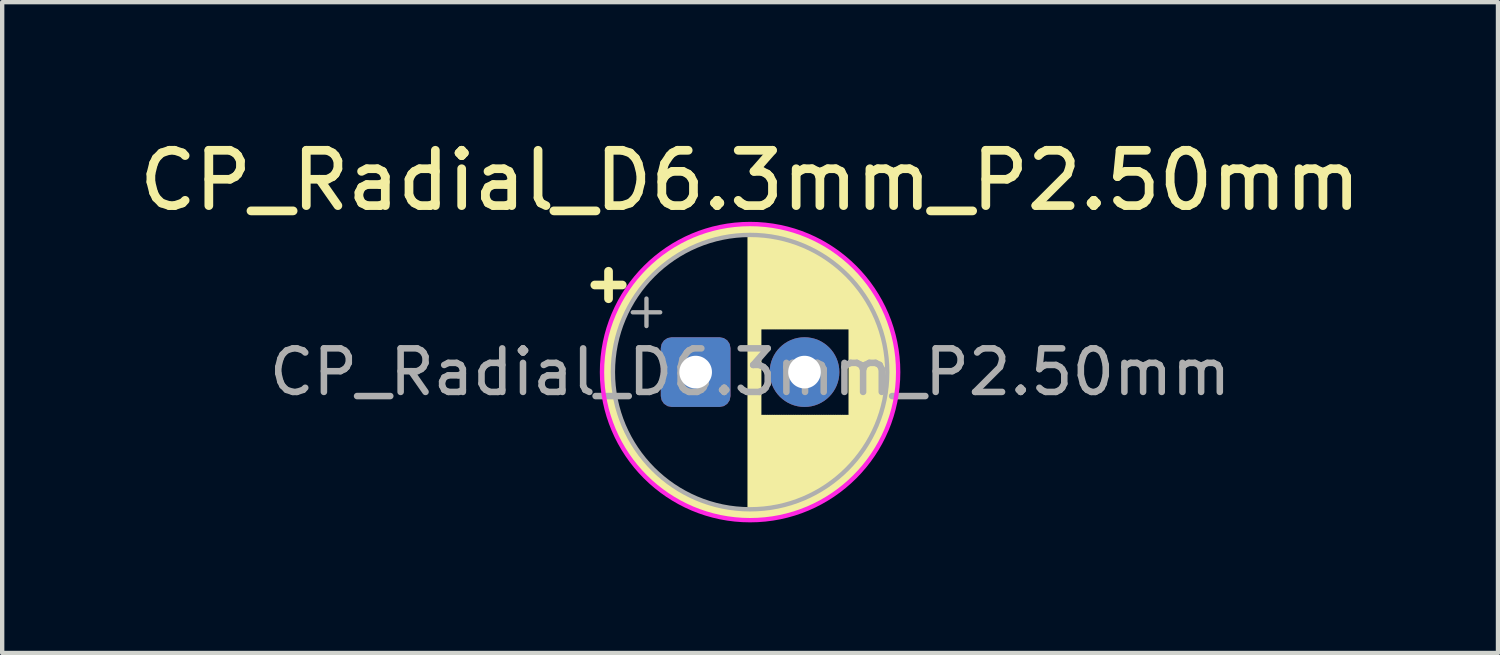
<source format=kicad_pcb>
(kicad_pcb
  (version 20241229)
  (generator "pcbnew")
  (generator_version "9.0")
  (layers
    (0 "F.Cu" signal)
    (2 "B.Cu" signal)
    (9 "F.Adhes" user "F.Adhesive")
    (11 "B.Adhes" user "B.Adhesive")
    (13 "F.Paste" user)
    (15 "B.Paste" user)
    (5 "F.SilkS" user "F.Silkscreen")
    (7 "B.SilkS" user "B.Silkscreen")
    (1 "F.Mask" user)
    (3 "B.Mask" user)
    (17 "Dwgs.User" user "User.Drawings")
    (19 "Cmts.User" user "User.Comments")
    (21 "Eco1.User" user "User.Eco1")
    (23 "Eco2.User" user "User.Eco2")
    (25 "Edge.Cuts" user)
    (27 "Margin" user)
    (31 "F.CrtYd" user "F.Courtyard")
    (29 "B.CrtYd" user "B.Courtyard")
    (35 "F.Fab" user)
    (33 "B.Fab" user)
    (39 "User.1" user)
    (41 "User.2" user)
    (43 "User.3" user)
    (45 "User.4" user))
  (footprint "CP_Radial_D6.3mm_P2.50mm"
    (layer "F.Cu")
    (at 14.173 5.494)
    (property "Reference" "CP_Radial_D6.3mm_P2.50mm" (at 0 -4.4 0) (layer "F.SilkS") (effects (font (size 1.27 1.27) (thickness 0.2))))
    (attr through_hole)
    (fp_line (start -3.565 -2) (end -2.935 -2) (stroke (width 0.2) (type solid)) (layer "F.SilkS"))
    (fp_line (start -3.25 -2.315) (end -3.25 -1.685) (stroke (width 0.2) (type solid)) (layer "F.SilkS"))
    (fp_line (start 0 -3.23) (end 0 3.23) (stroke (width 0.12) (type solid)) (layer "F.SilkS"))
    (fp_line (start 0.04 -3.23) (end 0.04 3.23) (stroke (width 0.12) (type solid)) (layer "F.SilkS"))
    (fp_line (start 0.08 -3.229) (end 0.08 3.229) (stroke (width 0.12) (type solid)) (layer "F.SilkS"))
    (fp_line (start 0.12 -3.228) (end 0.12 3.228) (stroke (width 0.12) (type solid)) (layer "F.SilkS"))
    (fp_line (start 0.16 -3.226) (end 0.16 3.226) (stroke (width 0.12) (type solid)) (layer "F.SilkS"))
    (fp_line (start 0.2 -3.224) (end 0.2 3.224) (stroke (width 0.12) (type solid)) (layer "F.SilkS"))
    (fp_line (start 0.24 -3.221) (end 0.24 -1.04) (stroke (width 0.12) (type solid)) (layer "F.SilkS"))
    (fp_line (start 0.24 1.04) (end 0.24 3.221) (stroke (width 0.12) (type solid)) (layer "F.SilkS"))
    (fp_line (start 0.28 -3.218) (end 0.28 -1.04) (stroke (width 0.12) (type solid)) (layer "F.SilkS"))
    (fp_line (start 0.28 1.04) (end 0.28 3.218) (stroke (width 0.12) (type solid)) (layer "F.SilkS"))
    (fp_line (start 0.32 -3.214) (end 0.32 -1.04) (stroke (width 0.12) (type solid)) (layer "F.SilkS"))
    (fp_line (start 0.32 1.04) (end 0.32 3.214) (stroke (width 0.12) (type solid)) (layer "F.SilkS"))
    (fp_line (start 0.36 -3.21) (end 0.36 -1.04) (stroke (width 0.12) (type solid)) (layer "F.SilkS"))
    (fp_line (start 0.36 1.04) (end 0.36 3.21) (stroke (width 0.12) (type solid)) (layer "F.SilkS"))
    (fp_line (start 0.4 -3.205) (end 0.4 -1.04) (stroke (width 0.12) (type solid)) (layer "F.SilkS"))
    (fp_line (start 0.4 1.04) (end 0.4 3.205) (stroke (width 0.12) (type solid)) (layer "F.SilkS"))
    (fp_line (start 0.44 -3.2) (end 0.44 -1.04) (stroke (width 0.12) (type solid)) (layer "F.SilkS"))
    (fp_line (start 0.44 1.04) (end 0.44 3.2) (stroke (width 0.12) (type solid)) (layer "F.SilkS"))
    (fp_line (start 0.48 -3.195) (end 0.48 -1.04) (stroke (width 0.12) (type solid)) (layer "F.SilkS"))
    (fp_line (start 0.48 1.04) (end 0.48 3.195) (stroke (width 0.12) (type solid)) (layer "F.SilkS"))
    (fp_line (start 0.52 -3.188) (end 0.52 -1.04) (stroke (width 0.12) (type solid)) (layer "F.SilkS"))
    (fp_line (start 0.52 1.04) (end 0.52 3.188) (stroke (width 0.12) (type solid)) (layer "F.SilkS"))
    (fp_line (start 0.56 -3.182) (end 0.56 -1.04) (stroke (width 0.12) (type solid)) (layer "F.SilkS"))
    (fp_line (start 0.56 1.04) (end 0.56 3.182) (stroke (width 0.12) (type solid)) (layer "F.SilkS"))
    (fp_line (start 0.6 -3.174) (end 0.6 -1.04) (stroke (width 0.12) (type solid)) (layer "F.SilkS"))
    (fp_line (start 0.6 1.04) (end 0.6 3.174) (stroke (width 0.12) (type solid)) (layer "F.SilkS"))
    (fp_line (start 0.64 -3.167) (end 0.64 -1.04) (stroke (width 0.12) (type solid)) (layer "F.SilkS"))
    (fp_line (start 0.64 1.04) (end 0.64 3.167) (stroke (width 0.12) (type solid)) (layer "F.SilkS"))
    (fp_line (start 0.68 -3.159) (end 0.68 -1.04) (stroke (width 0.12) (type solid)) (layer "F.SilkS"))
    (fp_line (start 0.68 1.04) (end 0.68 3.159) (stroke (width 0.12) (type solid)) (layer "F.SilkS"))
    (fp_line (start 0.72 -3.15) (end 0.72 -1.04) (stroke (width 0.12) (type solid)) (layer "F.SilkS"))
    (fp_line (start 0.72 1.04) (end 0.72 3.15) (stroke (width 0.12) (type solid)) (layer "F.SilkS"))
    (fp_line (start 0.76 -3.14) (end 0.76 -1.04) (stroke (width 0.12) (type solid)) (layer "F.SilkS"))
    (fp_line (start 0.76 1.04) (end 0.76 3.14) (stroke (width 0.12) (type solid)) (layer "F.SilkS"))
    (fp_line (start 0.8 -3.131) (end 0.8 -1.04) (stroke (width 0.12) (type solid)) (layer "F.SilkS"))
    (fp_line (start 0.8 1.04) (end 0.8 3.131) (stroke (width 0.12) (type solid)) (layer "F.SilkS"))
    (fp_line (start 0.84 -3.12) (end 0.84 -1.04) (stroke (width 0.12) (type solid)) (layer "F.SilkS"))
    (fp_line (start 0.84 1.04) (end 0.84 3.12) (stroke (width 0.12) (type solid)) (layer "F.SilkS"))
    (fp_line (start 0.88 -3.109) (end 0.88 -1.04) (stroke (width 0.12) (type solid)) (layer "F.SilkS"))
    (fp_line (start 0.88 1.04) (end 0.88 3.109) (stroke (width 0.12) (type solid)) (layer "F.SilkS"))
    (fp_line (start 0.92 -3.098) (end 0.92 -1.04) (stroke (width 0.12) (type solid)) (layer "F.SilkS"))
    (fp_line (start 0.92 1.04) (end 0.92 3.098) (stroke (width 0.12) (type solid)) (layer "F.SilkS"))
    (fp_line (start 0.96 -3.086) (end 0.96 -1.04) (stroke (width 0.12) (type solid)) (layer "F.SilkS"))
    (fp_line (start 0.96 1.04) (end 0.96 3.086) (stroke (width 0.12) (type solid)) (layer "F.SilkS"))
    (fp_line (start 1 -3.073) (end 1 -1.04) (stroke (width 0.12) (type solid)) (layer "F.SilkS"))
    (fp_line (start 1 1.04) (end 1 3.073) (stroke (width 0.12) (type solid)) (layer "F.SilkS"))
    (fp_line (start 1.04 -3.06) (end 1.04 -1.04) (stroke (width 0.12) (type solid)) (layer "F.SilkS"))
    (fp_line (start 1.04 1.04) (end 1.04 3.06) (stroke (width 0.12) (type solid)) (layer "F.SilkS"))
    (fp_line (start 1.08 -3.047) (end 1.08 -1.04) (stroke (width 0.12) (type solid)) (layer "F.SilkS"))
    (fp_line (start 1.08 1.04) (end 1.08 3.047) (stroke (width 0.12) (type solid)) (layer "F.SilkS"))
    (fp_line (start 1.12 -3.032) (end 1.12 -1.04) (stroke (width 0.12) (type solid)) (layer "F.SilkS"))
    (fp_line (start 1.12 1.04) (end 1.12 3.032) (stroke (width 0.12) (type solid)) (layer "F.SilkS"))
    (fp_line (start 1.16 -3.017) (end 1.16 -1.04) (stroke (width 0.12) (type solid)) (layer "F.SilkS"))
    (fp_line (start 1.16 1.04) (end 1.16 3.017) (stroke (width 0.12) (type solid)) (layer "F.SilkS"))
    (fp_line (start 1.2 -3.002) (end 1.2 -1.04) (stroke (width 0.12) (type solid)) (layer "F.SilkS"))
    (fp_line (start 1.2 1.04) (end 1.2 3.002) (stroke (width 0.12) (type solid)) (layer "F.SilkS"))
    (fp_line (start 1.24 -2.986) (end 1.24 -1.04) (stroke (width 0.12) (type solid)) (layer "F.SilkS"))
    (fp_line (start 1.24 1.04) (end 1.24 2.986) (stroke (width 0.12) (type solid)) (layer "F.SilkS"))
    (fp_line (start 1.28 -2.969) (end 1.28 -1.04) (stroke (width 0.12) (type solid)) (layer "F.SilkS"))
    (fp_line (start 1.28 1.04) (end 1.28 2.969) (stroke (width 0.12) (type solid)) (layer "F.SilkS"))
    (fp_line (start 1.32 -2.952) (end 1.32 -1.04) (stroke (width 0.12) (type solid)) (layer "F.SilkS"))
    (fp_line (start 1.32 1.04) (end 1.32 2.952) (stroke (width 0.12) (type solid)) (layer "F.SilkS"))
    (fp_line (start 1.36 -2.934) (end 1.36 -1.04) (stroke (width 0.12) (type solid)) (layer "F.SilkS"))
    (fp_line (start 1.36 1.04) (end 1.36 2.934) (stroke (width 0.12) (type solid)) (layer "F.SilkS"))
    (fp_line (start 1.4 -2.915) (end 1.4 -1.04) (stroke (width 0.12) (type solid)) (layer "F.SilkS"))
    (fp_line (start 1.4 1.04) (end 1.4 2.915) (stroke (width 0.12) (type solid)) (layer "F.SilkS"))
    (fp_line (start 1.44 -2.896) (end 1.44 -1.04) (stroke (width 0.12) (type solid)) (layer "F.SilkS"))
    (fp_line (start 1.44 1.04) (end 1.44 2.896) (stroke (width 0.12) (type solid)) (layer "F.SilkS"))
    (fp_line (start 1.48 -2.876) (end 1.48 -1.04) (stroke (width 0.12) (type solid)) (layer "F.SilkS"))
    (fp_line (start 1.48 1.04) (end 1.48 2.876) (stroke (width 0.12) (type solid)) (layer "F.SilkS"))
    (fp_line (start 1.52 -2.855) (end 1.52 -1.04) (stroke (width 0.12) (type solid)) (layer "F.SilkS"))
    (fp_line (start 1.52 1.04) (end 1.52 2.855) (stroke (width 0.12) (type solid)) (layer "F.SilkS"))
    (fp_line (start 1.56 -2.834) (end 1.56 -1.04) (stroke (width 0.12) (type solid)) (layer "F.SilkS"))
    (fp_line (start 1.56 1.04) (end 1.56 2.834) (stroke (width 0.12) (type solid)) (layer "F.SilkS"))
    (fp_line (start 1.6 -2.812) (end 1.6 -1.04) (stroke (width 0.12) (type solid)) (layer "F.SilkS"))
    (fp_line (start 1.6 1.04) (end 1.6 2.812) (stroke (width 0.12) (type solid)) (layer "F.SilkS"))
    (fp_line (start 1.64 -2.789) (end 1.64 -1.04) (stroke (width 0.12) (type solid)) (layer "F.SilkS"))
    (fp_line (start 1.64 1.04) (end 1.64 2.789) (stroke (width 0.12) (type solid)) (layer "F.SilkS"))
    (fp_line (start 1.68 -2.765) (end 1.68 -1.04) (stroke (width 0.12) (type solid)) (layer "F.SilkS"))
    (fp_line (start 1.68 1.04) (end 1.68 2.765) (stroke (width 0.12) (type solid)) (layer "F.SilkS"))
    (fp_line (start 1.72 -2.741) (end 1.72 -1.04) (stroke (width 0.12) (type solid)) (layer "F.SilkS"))
    (fp_line (start 1.72 1.04) (end 1.72 2.741) (stroke (width 0.12) (type solid)) (layer "F.SilkS"))
    (fp_line (start 1.76 -2.716) (end 1.76 -1.04) (stroke (width 0.12) (type solid)) (layer "F.SilkS"))
    (fp_line (start 1.76 1.04) (end 1.76 2.716) (stroke (width 0.12) (type solid)) (layer "F.SilkS"))
    (fp_line (start 1.8 -2.69) (end 1.8 -1.04) (stroke (width 0.12) (type solid)) (layer "F.SilkS"))
    (fp_line (start 1.8 1.04) (end 1.8 2.69) (stroke (width 0.12) (type solid)) (layer "F.SilkS"))
    (fp_line (start 1.84 -2.663) (end 1.84 -1.04) (stroke (width 0.12) (type solid)) (layer "F.SilkS"))
    (fp_line (start 1.84 1.04) (end 1.84 2.663) (stroke (width 0.12) (type solid)) (layer "F.SilkS"))
    (fp_line (start 1.88 -2.636) (end 1.88 -1.04) (stroke (width 0.12) (type solid)) (layer "F.SilkS"))
    (fp_line (start 1.88 1.04) (end 1.88 2.636) (stroke (width 0.12) (type solid)) (layer "F.SilkS"))
    (fp_line (start 1.92 -2.607) (end 1.92 -1.04) (stroke (width 0.12) (type solid)) (layer "F.SilkS"))
    (fp_line (start 1.92 1.04) (end 1.92 2.607) (stroke (width 0.12) (type solid)) (layer "F.SilkS"))
    (fp_line (start 1.96 -2.577) (end 1.96 -1.04) (stroke (width 0.12) (type solid)) (layer "F.SilkS"))
    (fp_line (start 1.96 1.04) (end 1.96 2.577) (stroke (width 0.12) (type solid)) (layer "F.SilkS"))
    (fp_line (start 2 -2.547) (end 2 -1.04) (stroke (width 0.12) (type solid)) (layer "F.SilkS"))
    (fp_line (start 2 1.04) (end 2 2.547) (stroke (width 0.12) (type solid)) (layer "F.SilkS"))
    (fp_line (start 2.04 -2.516) (end 2.04 -1.04) (stroke (width 0.12) (type solid)) (layer "F.SilkS"))
    (fp_line (start 2.04 1.04) (end 2.04 2.516) (stroke (width 0.12) (type solid)) (layer "F.SilkS"))
    (fp_line (start 2.08 -2.483) (end 2.08 -1.04) (stroke (width 0.12) (type solid)) (layer "F.SilkS"))
    (fp_line (start 2.08 1.04) (end 2.08 2.483) (stroke (width 0.12) (type solid)) (layer "F.SilkS"))
    (fp_line (start 2.12 -2.45) (end 2.12 -1.04) (stroke (width 0.12) (type solid)) (layer "F.SilkS"))
    (fp_line (start 2.12 1.04) (end 2.12 2.45) (stroke (width 0.12) (type solid)) (layer "F.SilkS"))
    (fp_line (start 2.16 -2.415) (end 2.16 -1.04) (stroke (width 0.12) (type solid)) (layer "F.SilkS"))
    (fp_line (start 2.16 1.04) (end 2.16 2.415) (stroke (width 0.12) (type solid)) (layer "F.SilkS"))
    (fp_line (start 2.2 -2.379) (end 2.2 -1.04) (stroke (width 0.12) (type solid)) (layer "F.SilkS"))
    (fp_line (start 2.2 1.04) (end 2.2 2.379) (stroke (width 0.12) (type solid)) (layer "F.SilkS"))
    (fp_line (start 2.24 -2.342) (end 2.24 -1.04) (stroke (width 0.12) (type solid)) (layer "F.SilkS"))
    (fp_line (start 2.24 1.04) (end 2.24 2.342) (stroke (width 0.12) (type solid)) (layer "F.SilkS"))
    (fp_line (start 2.28 -2.304) (end 2.28 -1.04) (stroke (width 0.12) (type solid)) (layer "F.SilkS"))
    (fp_line (start 2.28 1.04) (end 2.28 2.304) (stroke (width 0.12) (type solid)) (layer "F.SilkS"))
    (fp_line (start 2.32 -2.264) (end 2.32 2.264) (stroke (width 0.12) (type solid)) (layer "F.SilkS"))
    (fp_line (start 2.36 -2.223) (end 2.36 2.223) (stroke (width 0.12) (type solid)) (layer "F.SilkS"))
    (fp_line (start 2.4 -2.181) (end 2.4 2.181) (stroke (width 0.12) (type solid)) (layer "F.SilkS"))
    (fp_line (start 2.44 -2.137) (end 2.44 2.137) (stroke (width 0.12) (type solid)) (layer "F.SilkS"))
    (fp_line (start 2.48 -2.091) (end 2.48 2.091) (stroke (width 0.12) (type solid)) (layer "F.SilkS"))
    (fp_line (start 2.52 -2.044) (end 2.52 2.044) (stroke (width 0.12) (type solid)) (layer "F.SilkS"))
    (fp_line (start 2.56 -1.995) (end 2.56 1.995) (stroke (width 0.12) (type solid)) (layer "F.SilkS"))
    (fp_line (start 2.6 -1.943) (end 2.6 1.943) (stroke (width 0.12) (type solid)) (layer "F.SilkS"))
    (fp_line (start 2.64 -1.89) (end 2.64 1.89) (stroke (width 0.12) (type solid)) (layer "F.SilkS"))
    (fp_line (start 2.68 -1.834) (end 2.68 1.834) (stroke (width 0.12) (type solid)) (layer "F.SilkS"))
    (fp_line (start 2.72 -1.775) (end 2.72 1.775) (stroke (width 0.12) (type solid)) (layer "F.SilkS"))
    (fp_line (start 2.76 -1.714) (end 2.76 1.714) (stroke (width 0.12) (type solid)) (layer "F.SilkS"))
    (fp_line (start 2.8 -1.649) (end 2.8 1.649) (stroke (width 0.12) (type solid)) (layer "F.SilkS"))
    (fp_line (start 2.84 -1.581) (end 2.84 1.581) (stroke (width 0.12) (type solid)) (layer "F.SilkS"))
    (fp_line (start 2.88 -1.509) (end 2.88 1.509) (stroke (width 0.12) (type solid)) (layer "F.SilkS"))
    (fp_line (start 2.92 -1.432) (end 2.92 1.432) (stroke (width 0.12) (type solid)) (layer "F.SilkS"))
    (fp_line (start 2.96 -1.35) (end 2.96 1.35) (stroke (width 0.12) (type solid)) (layer "F.SilkS"))
    (fp_line (start 3 -1.261) (end 3 1.261) (stroke (width 0.12) (type solid)) (layer "F.SilkS"))
    (fp_line (start 3.04 -1.165) (end 3.04 1.165) (stroke (width 0.12) (type solid)) (layer "F.SilkS"))
    (fp_line (start 3.08 -1.058) (end 3.08 1.058) (stroke (width 0.12) (type solid)) (layer "F.SilkS"))
    (fp_line (start 3.12 -0.939) (end 3.12 0.939) (stroke (width 0.12) (type solid)) (layer "F.SilkS"))
    (fp_line (start 3.16 -0.801) (end 3.16 0.801) (stroke (width 0.12) (type solid)) (layer "F.SilkS"))
    (fp_line (start 3.2 -0.633) (end 3.2 0.633) (stroke (width 0.12) (type solid)) (layer "F.SilkS"))
    (fp_line (start 3.24 -0.402) (end 3.24 0.402) (stroke (width 0.12) (type solid)) (layer "F.SilkS"))
    (fp_circle (center 0 0) (end 3.27 0) (stroke (width 0.2) (type solid)) (fill no) (layer "F.SilkS"))
    (fp_circle (center 0 0) (end 3.4 0) (stroke (width 0.1) (type solid)) (fill no) (layer "F.CrtYd"))
    (fp_line (start -2.694 -1.373) (end -2.064 -1.373) (stroke (width 0.1) (type solid)) (layer "F.Fab"))
    (fp_line (start -2.379 -1.688) (end -2.379 -1.058) (stroke (width 0.1) (type solid)) (layer "F.Fab"))
    (fp_circle (center 0 0) (end 3.15 0) (stroke (width 0.1) (type solid)) (fill no) (layer "F.Fab"))
    (fp_text user "${REFERENCE}" (at 0 0 0) (layer "F.Fab") (effects (font (size 1 1) (thickness 0.15))))
    (pad "1" thru_hole roundrect (at -1.25 0) (size 1.6 1.6) (drill 0.75) (layers "*.Cu" "*.Mask") (roundrect_rratio 0.156))
    (pad "2" thru_hole circle (at 1.25 0) (size 1.6 1.6) (drill 0.75) (layers "*.Cu" "*.Mask")))
  (gr_rect
    (start -3 -3)
    (end 31.346 11.944)
    (stroke (width 0.1) (type default))
    (fill no)
    (layer "Edge.Cuts")))
</source>
